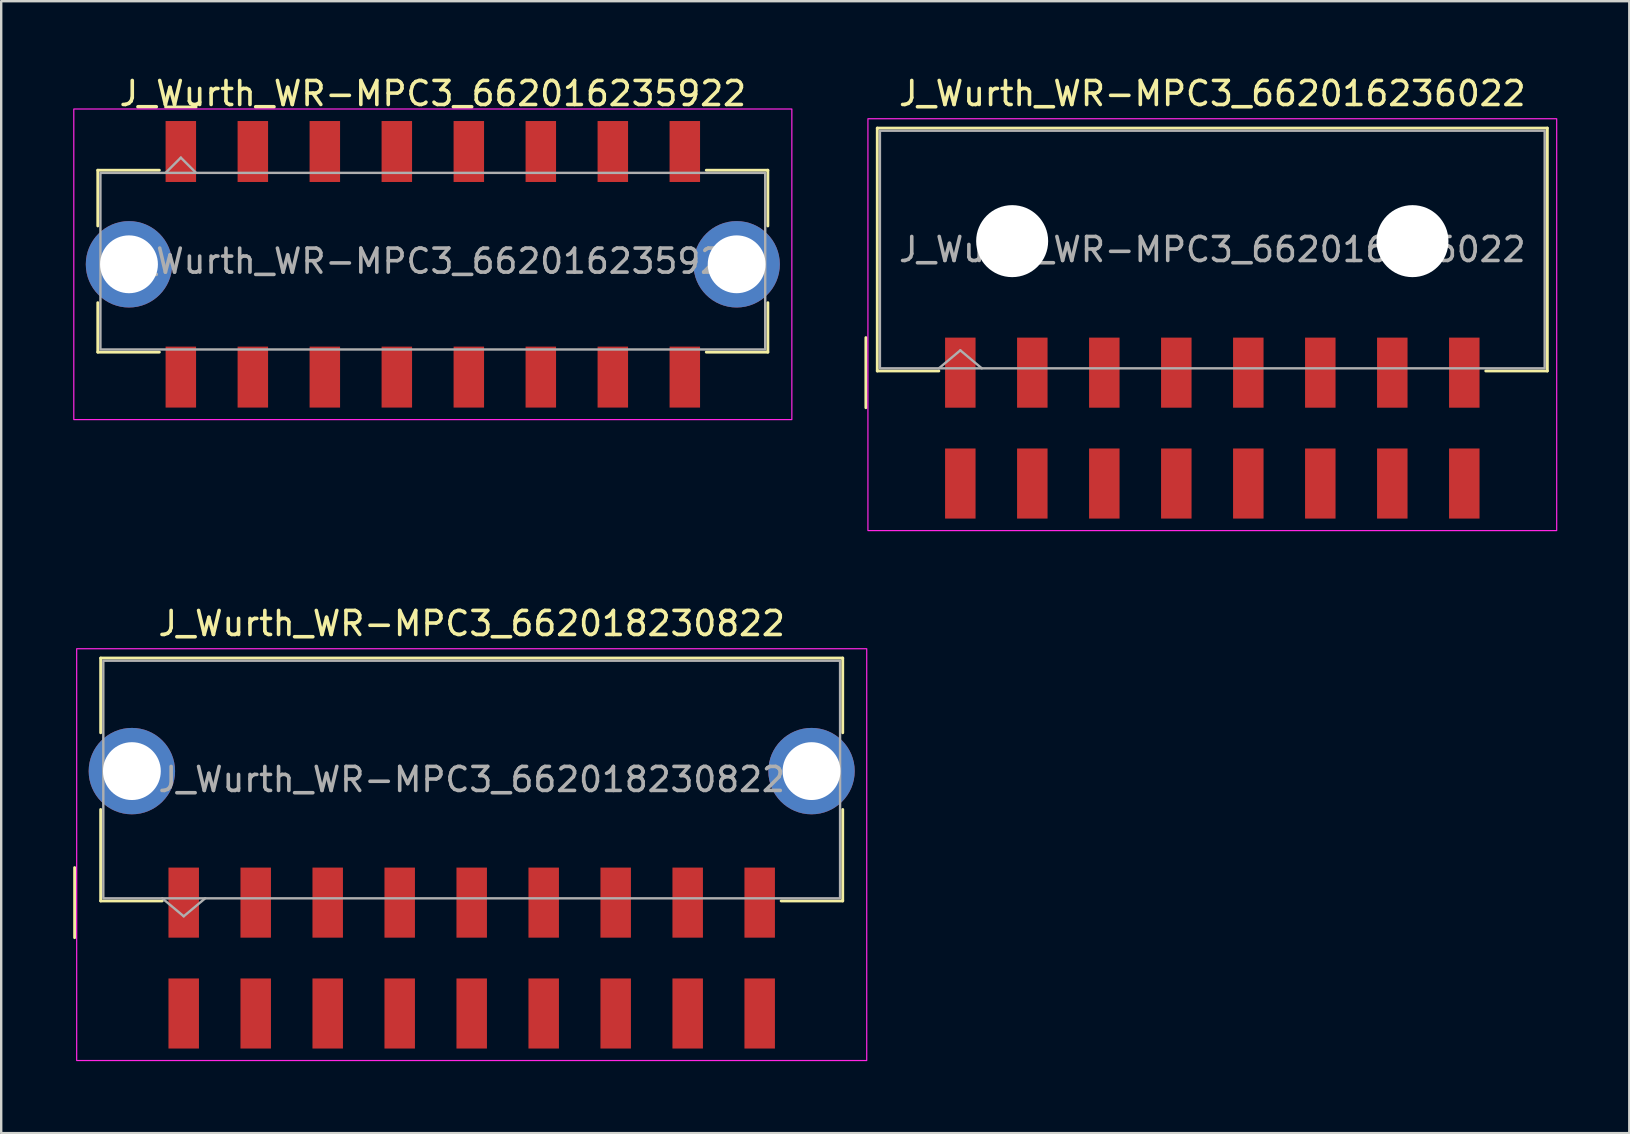
<source format=kicad_pcb>
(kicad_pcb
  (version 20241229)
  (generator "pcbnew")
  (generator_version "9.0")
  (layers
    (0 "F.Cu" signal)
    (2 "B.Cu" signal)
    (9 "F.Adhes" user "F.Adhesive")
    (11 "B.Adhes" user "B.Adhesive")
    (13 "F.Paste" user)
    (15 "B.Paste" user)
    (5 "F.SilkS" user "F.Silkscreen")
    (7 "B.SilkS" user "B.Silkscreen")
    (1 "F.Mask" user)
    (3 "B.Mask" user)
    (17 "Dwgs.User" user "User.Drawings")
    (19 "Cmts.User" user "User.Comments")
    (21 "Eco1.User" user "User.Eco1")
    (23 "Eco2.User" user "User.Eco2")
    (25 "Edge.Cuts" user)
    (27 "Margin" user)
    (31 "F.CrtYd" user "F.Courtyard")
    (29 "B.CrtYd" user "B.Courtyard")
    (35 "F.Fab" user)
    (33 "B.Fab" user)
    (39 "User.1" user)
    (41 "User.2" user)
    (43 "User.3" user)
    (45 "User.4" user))
  (footprint "J_Wurth_WR-MPC3_662016235922"
    (layer "F.Cu")
    (at 14.985 7.833)
    (property "Reference" "J_Wurth_WR-MPC3_662016235922" (at 0 -6.985 0) (unlocked yes) (layer "F.SilkS") (effects (font (size 1 1) (thickness 0.15))))
    (attr smd)
    (fp_line (start -13.96 -3.79) (end -13.96 -1.468) (stroke (width 0.12) (type default)) (layer "F.SilkS"))
    (fp_line (start -13.96 1.728) (end -13.96 3.79) (stroke (width 0.12) (type default)) (layer "F.SilkS"))
    (fp_line (start -11.395 -3.79) (end -13.96 -3.79) (stroke (width 0.12) (type solid)) (layer "F.SilkS"))
    (fp_line (start -11.395 3.79) (end -13.96 3.79) (stroke (width 0.12) (type solid)) (layer "F.SilkS"))
    (fp_line (start -11.135 -6.425) (end -9.865 -6.425) (stroke (width 0.12) (type solid)) (layer "F.SilkS"))
    (fp_line (start 13.96 -3.79) (end 11.395 -3.79) (stroke (width 0.12) (type solid)) (layer "F.SilkS"))
    (fp_line (start 13.96 -3.79) (end 13.96 -1.468) (stroke (width 0.12) (type default)) (layer "F.SilkS"))
    (fp_line (start 13.96 1.728) (end 13.96 3.79) (stroke (width 0.12) (type default)) (layer "F.SilkS"))
    (fp_line (start 13.96 3.79) (end 11.395 3.79) (stroke (width 0.12) (type solid)) (layer "F.SilkS"))
    (fp_rect (start -14.96 -6.34) (end 14.96 6.6) (stroke (width 0.05) (type solid)) (fill no) (layer "F.CrtYd"))
    (fp_line (start -10.5 -4.315) (end -11.135 -3.68) (stroke (width 0.1) (type default)) (layer "F.Fab"))
    (fp_line (start -9.865 -3.68) (end -10.5 -4.315) (stroke (width 0.1) (type default)) (layer "F.Fab"))
    (fp_rect (start -13.85 -3.68) (end 13.85 3.68) (stroke (width 0.1) (type solid)) (fill no) (layer "F.Fab"))
    (fp_text user "${REFERENCE}" (at 0 0 0) (unlocked yes) (layer "F.Fab") (effects (font (size 1 1) (thickness 0.15))))
    (pad "1" smd rect (at -10.5 -4.57 180) (size 1.27 2.54) (layers "F.Cu" "F.Mask" "F.Paste"))
    (pad "2" smd rect (at -7.5 -4.57 180) (size 1.27 2.54) (layers "F.Cu" "F.Mask" "F.Paste"))
    (pad "3" smd rect (at -4.5 -4.57 180) (size 1.27 2.54) (layers "F.Cu" "F.Mask" "F.Paste"))
    (pad "4" smd rect (at -1.5 -4.57 180) (size 1.27 2.54) (layers "F.Cu" "F.Mask" "F.Paste"))
    (pad "5" smd rect (at 1.5 -4.57 180) (size 1.27 2.54) (layers "F.Cu" "F.Mask" "F.Paste"))
    (pad "6" smd rect (at 4.5 -4.57 180) (size 1.27 2.54) (layers "F.Cu" "F.Mask" "F.Paste"))
    (pad "7" smd rect (at 7.5 -4.57 180) (size 1.27 2.54) (layers "F.Cu" "F.Mask" "F.Paste"))
    (pad "8" smd rect (at 10.5 -4.57 180) (size 1.27 2.54) (layers "F.Cu" "F.Mask" "F.Paste"))
    (pad "9" smd rect (at -10.5 4.83 180) (size 1.27 2.54) (layers "F.Cu" "F.Mask" "F.Paste"))
    (pad "10" smd rect (at -7.5 4.83 180) (size 1.27 2.54) (layers "F.Cu" "F.Mask" "F.Paste"))
    (pad "11" smd rect (at -4.5 4.83 180) (size 1.27 2.54) (layers "F.Cu" "F.Mask" "F.Paste"))
    (pad "12" smd rect (at -1.5 4.83 180) (size 1.27 2.54) (layers "F.Cu" "F.Mask" "F.Paste"))
    (pad "13" smd rect (at 1.5 4.83 180) (size 1.27 2.54) (layers "F.Cu" "F.Mask" "F.Paste"))
    (pad "14" smd rect (at 4.5 4.83 180) (size 1.27 2.54) (layers "F.Cu" "F.Mask" "F.Paste"))
    (pad "15" smd rect (at 7.5 4.83 180) (size 1.27 2.54) (layers "F.Cu" "F.Mask" "F.Paste"))
    (pad "16" smd rect (at 10.5 4.83 180) (size 1.27 2.54) (layers "F.Cu" "F.Mask" "F.Paste"))
    (pad "MH1" thru_hole circle (at 12.66 0.13 180) (size 3.6 3.6) (drill 2.41) (layers "*.Cu" "*.Mask"))
    (pad "MH2" thru_hole circle (at -12.66 0.13 180) (size 3.6 3.6) (drill 2.41) (layers "*.Cu" "*.Mask")))
  (footprint "J_Wurth_WR-MPC3_662018230822"
    (layer "F.Cu")
    (at 16.605 29.431)
    (property "Reference" "J_Wurth_WR-MPC3_662018230822" (at 0 -6.5 0) (unlocked yes) (layer "F.SilkS") (effects (font (size 1 1) (thickness 0.15))))
    (attr smd)
    (fp_line (start -16.545 6.59) (end -16.545 3.67) (stroke (width 0.12) (type solid)) (layer "F.SilkS"))
    (fp_line (start -15.46 -5.06) (end 15.46 -5.06) (stroke (width 0.12) (type solid)) (layer "F.SilkS"))
    (fp_line (start -15.46 -1.948) (end -15.46 -5.06) (stroke (width 0.12) (type solid)) (layer "F.SilkS"))
    (fp_line (start -15.46 1.248) (end -15.46 5.06) (stroke (width 0.12) (type solid)) (layer "F.SilkS"))
    (fp_line (start -12.895 5.06) (end -15.46 5.06) (stroke (width 0.12) (type solid)) (layer "F.SilkS"))
    (fp_line (start 12.895 5.06) (end 15.46 5.06) (stroke (width 0.12) (type solid)) (layer "F.SilkS"))
    (fp_line (start 15.46 -1.948) (end 15.46 -5.06) (stroke (width 0.12) (type solid)) (layer "F.SilkS"))
    (fp_line (start 15.46 1.248) (end 15.46 5.06) (stroke (width 0.12) (type solid)) (layer "F.SilkS"))
    (fp_rect (start -16.46 -5.45) (end 16.46 11.71) (stroke (width 0.05) (type solid)) (fill no) (layer "F.CrtYd"))
    (fp_line (start -12 5.7) (end -12.895 4.95) (stroke (width 0.1) (type solid)) (layer "F.Fab"))
    (fp_line (start -12 5.7) (end -11.105 4.95) (stroke (width 0.1) (type solid)) (layer "F.Fab"))
    (fp_rect (start -15.35 -4.95) (end 15.35 4.95) (stroke (width 0.1) (type solid)) (fill no) (layer "F.Fab"))
    (fp_text user "${REFERENCE}" (at 0 0 0) (unlocked yes) (layer "F.Fab") (effects (font (size 1 1) (thickness 0.15))))
    (pad "1" smd rect (at -12 5.13 270) (size 2.92 1.27) (layers "F.Cu" "F.Mask" "F.Paste"))
    (pad "2" smd rect (at -9 5.13 270) (size 2.92 1.27) (layers "F.Cu" "F.Mask" "F.Paste"))
    (pad "3" smd rect (at -6 5.13 270) (size 2.92 1.27) (layers "F.Cu" "F.Mask" "F.Paste"))
    (pad "4" smd rect (at -3 5.13 270) (size 2.92 1.27) (layers "F.Cu" "F.Mask" "F.Paste"))
    (pad "5" smd rect (at 0 5.13 270) (size 2.92 1.27) (layers "F.Cu" "F.Mask" "F.Paste"))
    (pad "6" smd rect (at 3 5.13 270) (size 2.92 1.27) (layers "F.Cu" "F.Mask" "F.Paste"))
    (pad "7" smd rect (at 6 5.13 270) (size 2.92 1.27) (layers "F.Cu" "F.Mask" "F.Paste"))
    (pad "8" smd rect (at 9 5.13 270) (size 2.92 1.27) (layers "F.Cu" "F.Mask" "F.Paste"))
    (pad "9" smd rect (at 12 5.13 270) (size 2.92 1.27) (layers "F.Cu" "F.Mask" "F.Paste"))
    (pad "10" smd rect (at -12 9.75 270) (size 2.92 1.27) (layers "F.Cu" "F.Mask" "F.Paste"))
    (pad "11" smd rect (at -9 9.75 270) (size 2.92 1.27) (layers "F.Cu" "F.Mask" "F.Paste"))
    (pad "12" smd rect (at -6 9.75 270) (size 2.92 1.27) (layers "F.Cu" "F.Mask" "F.Paste"))
    (pad "13" smd rect (at -3 9.75 270) (size 2.92 1.27) (layers "F.Cu" "F.Mask" "F.Paste"))
    (pad "14" smd rect (at 0 9.75 270) (size 2.92 1.27) (layers "F.Cu" "F.Mask" "F.Paste"))
    (pad "15" smd rect (at 3 9.75 270) (size 2.92 1.27) (layers "F.Cu" "F.Mask" "F.Paste"))
    (pad "16" smd rect (at 6 9.75 270) (size 2.92 1.27) (layers "F.Cu" "F.Mask" "F.Paste"))
    (pad "17" smd rect (at 9 9.75 270) (size 2.92 1.27) (layers "F.Cu" "F.Mask" "F.Paste"))
    (pad "18" smd rect (at 12 9.75 270) (size 2.92 1.27) (layers "F.Cu" "F.Mask" "F.Paste"))
    (pad "Z1" thru_hole circle (at 14.16 -0.35 180) (size 3.6 3.6) (drill 2.41) (layers "*.Cu" "*.Mask"))
    (pad "Z2" thru_hole circle (at -14.16 -0.35 180) (size 3.6 3.6) (drill 2.41) (layers "*.Cu" "*.Mask")))
  (footprint "J_Wurth_WR-MPC3_662016236022"
    (layer "F.Cu")
    (at 47.465 7.348)
    (property "Reference" "J_Wurth_WR-MPC3_662016236022" (at 0 -6.5 0) (unlocked yes) (layer "F.SilkS") (effects (font (size 1 1) (thickness 0.15))))
    (attr smd)
    (fp_line (start -14.435 3.67) (end -14.435 6.59) (stroke (width 0.12) (type solid)) (layer "F.SilkS"))
    (fp_line (start -13.96 -5.06) (end 13.96 -5.06) (stroke (width 0.12) (type default)) (layer "F.SilkS"))
    (fp_line (start -13.96 5.06) (end -13.96 -5.06) (stroke (width 0.12) (type default)) (layer "F.SilkS"))
    (fp_line (start -11.395 5.06) (end -13.96 5.06) (stroke (width 0.12) (type solid)) (layer "F.SilkS"))
    (fp_line (start 13.96 -5.06) (end 13.96 5.06) (stroke (width 0.12) (type default)) (layer "F.SilkS"))
    (fp_line (start 13.96 5.06) (end 11.395 5.06) (stroke (width 0.12) (type solid)) (layer "F.SilkS"))
    (fp_rect (start -14.35 -5.45) (end 14.35 11.71) (stroke (width 0.05) (type solid)) (fill no) (layer "F.CrtYd"))
    (fp_line (start -10.5 4.2) (end -11.395 4.95) (stroke (width 0.1) (type solid)) (layer "F.Fab"))
    (fp_line (start -10.5 4.2) (end -9.605 4.95) (stroke (width 0.1) (type solid)) (layer "F.Fab"))
    (fp_rect (start -13.85 -4.95) (end 13.85 4.95) (stroke (width 0.1) (type solid)) (fill no) (layer "F.Fab"))
    (fp_text user "${REFERENCE}" (at 0 0 0) (unlocked yes) (layer "F.Fab") (effects (font (size 1 1) (thickness 0.15))))
    (pad "" np_thru_hole circle (at -8.34 -0.35 180) (size 3 3) (drill 3) (layers "*.Cu" "*.Mask"))
    (pad "" np_thru_hole circle (at 8.34 -0.35 180) (size 3 3) (drill 3) (layers "*.Cu" "*.Mask"))
    (pad "1" smd rect (at -10.5 5.13 180) (size 1.27 2.92) (layers "F.Cu" "F.Mask" "F.Paste"))
    (pad "2" smd rect (at -7.5 5.13 180) (size 1.27 2.92) (layers "F.Cu" "F.Mask" "F.Paste"))
    (pad "3" smd rect (at -4.5 5.13 180) (size 1.27 2.92) (layers "F.Cu" "F.Mask" "F.Paste"))
    (pad "4" smd rect (at -1.5 5.13 180) (size 1.27 2.92) (layers "F.Cu" "F.Mask" "F.Paste"))
    (pad "5" smd rect (at 1.5 5.13 180) (size 1.27 2.92) (layers "F.Cu" "F.Mask" "F.Paste"))
    (pad "6" smd rect (at 4.5 5.13 180) (size 1.27 2.92) (layers "F.Cu" "F.Mask" "F.Paste"))
    (pad "7" smd rect (at 7.5 5.13 180) (size 1.27 2.92) (layers "F.Cu" "F.Mask" "F.Paste"))
    (pad "8" smd rect (at 10.5 5.13 180) (size 1.27 2.92) (layers "F.Cu" "F.Mask" "F.Paste"))
    (pad "9" smd rect (at -10.5 9.75 180) (size 1.27 2.92) (layers "F.Cu" "F.Mask" "F.Paste"))
    (pad "10" smd rect (at -7.5 9.75 180) (size 1.27 2.92) (layers "F.Cu" "F.Mask" "F.Paste"))
    (pad "11" smd rect (at -4.5 9.75 180) (size 1.27 2.92) (layers "F.Cu" "F.Mask" "F.Paste"))
    (pad "12" smd rect (at -1.5 9.75 180) (size 1.27 2.92) (layers "F.Cu" "F.Mask" "F.Paste"))
    (pad "13" smd rect (at 1.5 9.75 180) (size 1.27 2.92) (layers "F.Cu" "F.Mask" "F.Paste"))
    (pad "14" smd rect (at 4.5 9.75 180) (size 1.27 2.92) (layers "F.Cu" "F.Mask" "F.Paste"))
    (pad "15" smd rect (at 7.5 9.75 180) (size 1.27 2.92) (layers "F.Cu" "F.Mask" "F.Paste"))
    (pad "16" smd rect (at 10.5 9.75 180) (size 1.27 2.92) (layers "F.Cu" "F.Mask" "F.Paste")))
  (gr_rect
    (start -3 -3)
    (end 64.84 44.166)
    (stroke (width 0.1) (type default))
    (fill no)
    (layer "Edge.Cuts")))
</source>
